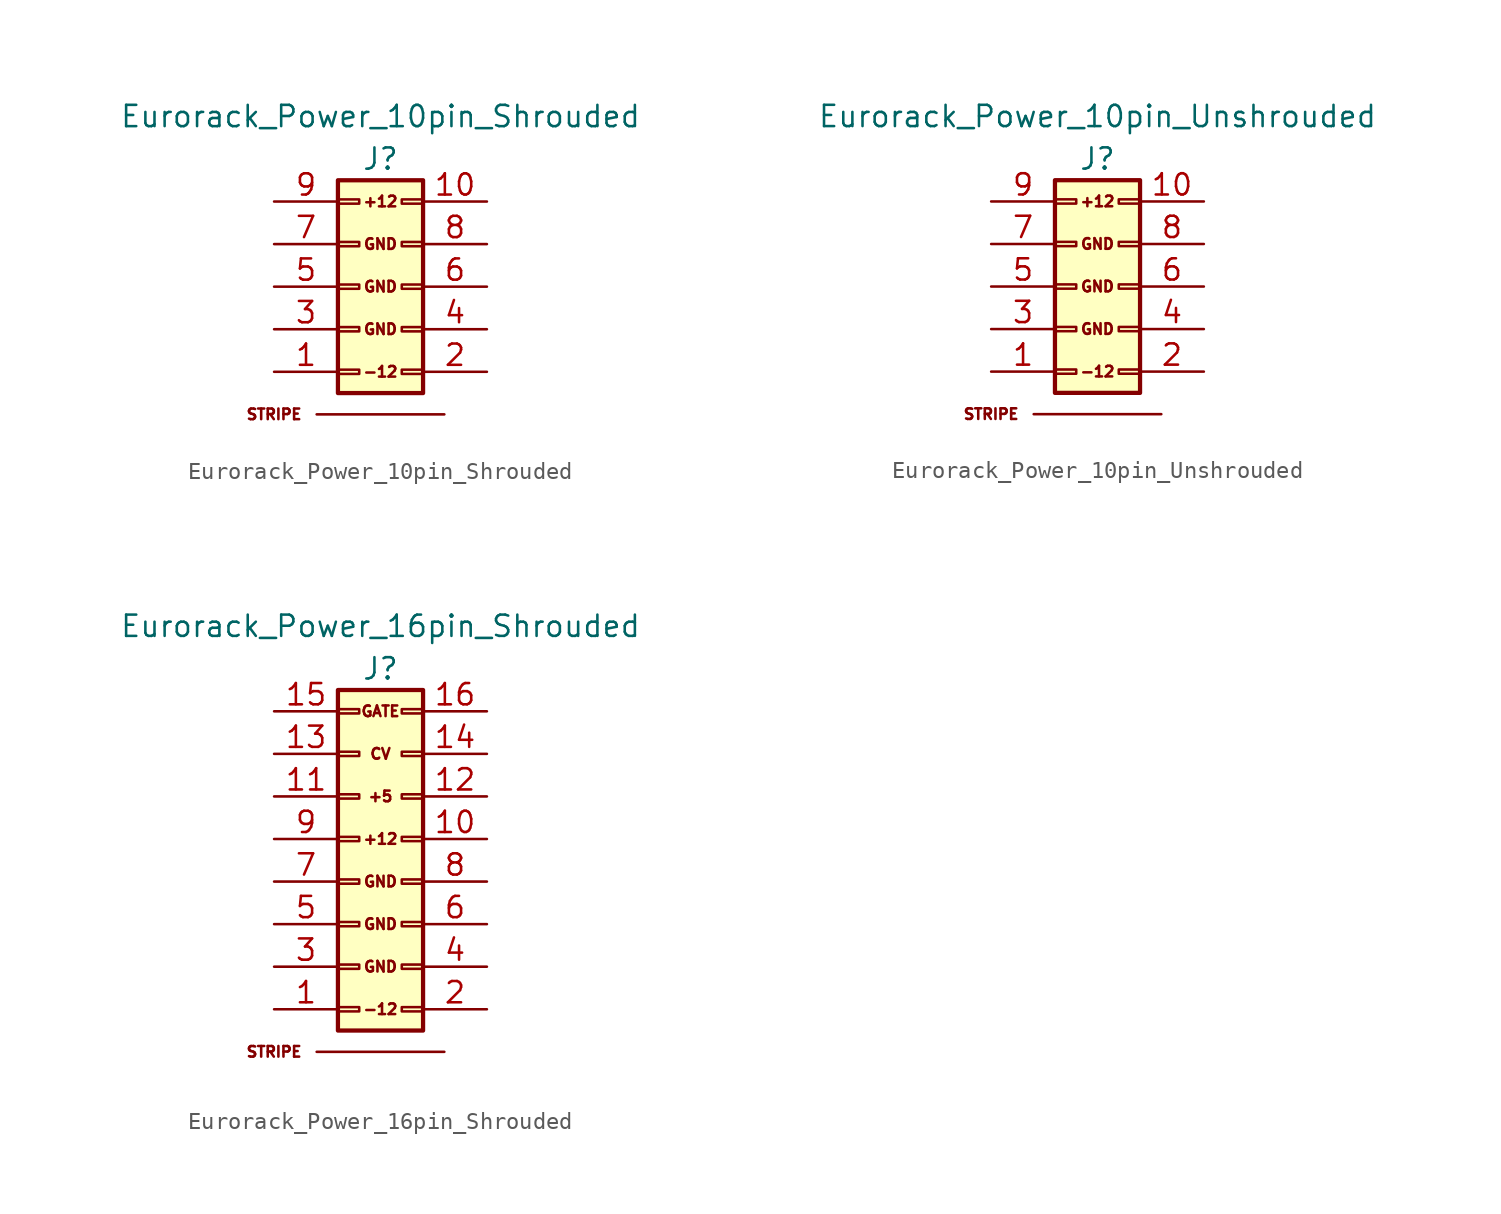
<source format=kicad_sym>
(kicad_symbol_lib
  (version 20241209)
  (generator "kicad_symbol_editor")
  (generator_version "9.0")
  (symbol "Eurorack_Power_10pin_Shrouded"
    (pin_names
      (offset 0.025)
      (hide yes))
    (property "Reference" "J"
      (at 0 7.62 0)
      (effects (font (size 1.27 1.27))))
    (property "Value" "Eurorack_Power_10pin_Shrouded"
      (at 0 10.16 0)
      (effects (font (size 1.27 1.27))))
    (symbol "Eurorack_Power_10pin_Shrouded_0_0"
      (text "STRIPE" (at -6.35 -7.62 0) (effects (font (size 0.635 0.635))))
      (text "+12" (at 0 5.08 0) (effects (font (size 0.635 0.635))))
      (text "GND" (at 0 2.54 0) (effects (font (size 0.635 0.635))))
      (text "GND" (at 0 0 0) (effects (font (size 0.635 0.635))))
      (text "GND" (at 0 -2.54 0) (effects (font (size 0.635 0.635))))
      (text "-12" (at 0 -5.08 0) (effects (font (size 0.635 0.635)))))
    (symbol "Eurorack_Power_10pin_Shrouded_0_1"
      (polyline (pts (xy -3.81 -7.62) (xy 3.81 -7.62) (xy 1.27 -7.62)) (stroke (width 0) (type default)) (fill (type none)))
      (rectangle (start -2.54 5.207) (end -1.27 4.953) (stroke (width 0) (type default)) (fill (type none)))
      (rectangle (start -2.54 2.667) (end -1.27 2.413) (stroke (width 0) (type default)) (fill (type none)))
      (rectangle (start -2.54 0.127) (end -1.27 -0.127) (stroke (width 0) (type default)) (fill (type none)))
      (rectangle (start -2.54 -2.413) (end -1.27 -2.667) (stroke (width 0) (type default)) (fill (type none)))
      (rectangle (start -2.54 -4.953) (end -1.27 -5.207) (stroke (width 0) (type default)) (fill (type none)))
      (rectangle (start -2.54 -6.35) (end 2.54 6.35) (stroke (width 0.254) (type default)) (fill (type background)))
      (rectangle (start 1.27 5.207) (end 2.54 4.953) (stroke (width 0) (type default)) (fill (type none)))
      (rectangle (start 1.27 2.667) (end 2.54 2.413) (stroke (width 0) (type default)) (fill (type none)))
      (rectangle (start 1.27 0.127) (end 2.54 -0.127) (stroke (width 0) (type default)) (fill (type none)))
      (rectangle (start 1.27 -2.413) (end 2.54 -2.667) (stroke (width 0) (type default)) (fill (type none)))
      (rectangle (start 1.27 -4.953) (end 2.54 -5.207) (stroke (width 0) (type default)) (fill (type none))))
    (symbol "Eurorack_Power_10pin_Shrouded_1_1"
      (pin passive line (at -6.35 5.08 0) (length 3.81) (name "+12V" (effects (font (size 1.27 1.27)))) (number "9" (effects (font (size 1.27 1.27)))))
      (pin passive line (at -6.35 2.54 0) (length 3.81) (name "GND" (effects (font (size 1.27 1.27)))) (number "7" (effects (font (size 1.27 1.27)))))
      (pin passive line (at -6.35 0 0) (length 3.81) (name "GND" (effects (font (size 1.27 1.27)))) (number "5" (effects (font (size 1.27 1.27)))))
      (pin passive line (at -6.35 -2.54 0) (length 3.81) (name "GND" (effects (font (size 1.27 1.27)))) (number "3" (effects (font (size 1.27 1.27)))))
      (pin passive line (at -6.35 -5.08 0) (length 3.81) (name "-12V" (effects (font (size 1.27 1.27)))) (number "1" (effects (font (size 1.27 1.27)))))
      (pin passive line (at 6.35 5.08 180) (length 3.81) (name "+12V" (effects (font (size 1.27 1.27)))) (number "10" (effects (font (size 1.27 1.27)))))
      (pin passive line (at 6.35 2.54 180) (length 3.81) (name "GND" (effects (font (size 1.27 1.27)))) (number "8" (effects (font (size 1.27 1.27)))))
      (pin passive line (at 6.35 0 180) (length 3.81) (name "GND" (effects (font (size 1.27 1.27)))) (number "6" (effects (font (size 1.27 1.27)))))
      (pin passive line (at 6.35 -2.54 180) (length 3.81) (name "GND" (effects (font (size 1.27 1.27)))) (number "4" (effects (font (size 1.27 1.27)))))
      (pin passive line (at 6.35 -5.08 180) (length 3.81) (name "-12V" (effects (font (size 1.27 1.27)))) (number "2" (effects (font (size 1.27 1.27)))))))
  (symbol "Eurorack_Power_10pin_Unshrouded"
    (pin_names
      (offset 0.025)
      (hide yes))
    (property "Reference" "J"
      (at 0 7.62 0)
      (effects (font (size 1.27 1.27))))
    (property "Value" "Eurorack_Power_10pin_Unshrouded"
      (at 0 10.16 0)
      (effects (font (size 1.27 1.27))))
    (symbol "Eurorack_Power_10pin_Unshrouded_0_0"
      (text "STRIPE" (at -6.35 -7.62 0) (effects (font (size 0.635 0.635))))
      (text "+12" (at 0 5.08 0) (effects (font (size 0.635 0.635))))
      (text "GND" (at 0 2.54 0) (effects (font (size 0.635 0.635))))
      (text "GND" (at 0 0 0) (effects (font (size 0.635 0.635))))
      (text "GND" (at 0 -2.54 0) (effects (font (size 0.635 0.635))))
      (text "-12" (at 0 -5.08 0) (effects (font (size 0.635 0.635)))))
    (symbol "Eurorack_Power_10pin_Unshrouded_0_1"
      (polyline (pts (xy -3.81 -7.62) (xy 3.81 -7.62) (xy 1.27 -7.62)) (stroke (width 0) (type default)) (fill (type none)))
      (rectangle (start -2.54 5.207) (end -1.27 4.953) (stroke (width 0) (type default)) (fill (type none)))
      (rectangle (start -2.54 2.667) (end -1.27 2.413) (stroke (width 0) (type default)) (fill (type none)))
      (rectangle (start -2.54 0.127) (end -1.27 -0.127) (stroke (width 0) (type default)) (fill (type none)))
      (rectangle (start -2.54 -2.413) (end -1.27 -2.667) (stroke (width 0) (type default)) (fill (type none)))
      (rectangle (start -2.54 -4.953) (end -1.27 -5.207) (stroke (width 0) (type default)) (fill (type none)))
      (rectangle (start -2.54 -6.35) (end 2.54 6.35) (stroke (width 0.254) (type default)) (fill (type background)))
      (rectangle (start 1.27 5.207) (end 2.54 4.953) (stroke (width 0) (type default)) (fill (type none)))
      (rectangle (start 1.27 2.667) (end 2.54 2.413) (stroke (width 0) (type default)) (fill (type none)))
      (rectangle (start 1.27 0.127) (end 2.54 -0.127) (stroke (width 0) (type default)) (fill (type none)))
      (rectangle (start 1.27 -2.413) (end 2.54 -2.667) (stroke (width 0) (type default)) (fill (type none)))
      (rectangle (start 1.27 -4.953) (end 2.54 -5.207) (stroke (width 0) (type default)) (fill (type none))))
    (symbol "Eurorack_Power_10pin_Unshrouded_1_1"
      (pin passive line (at -6.35 5.08 0) (length 3.81) (name "+12V" (effects (font (size 1.27 1.27)))) (number "9" (effects (font (size 1.27 1.27)))))
      (pin passive line (at -6.35 2.54 0) (length 3.81) (name "GND" (effects (font (size 1.27 1.27)))) (number "7" (effects (font (size 1.27 1.27)))))
      (pin passive line (at -6.35 0 0) (length 3.81) (name "GND" (effects (font (size 1.27 1.27)))) (number "5" (effects (font (size 1.27 1.27)))))
      (pin passive line (at -6.35 -2.54 0) (length 3.81) (name "GND" (effects (font (size 1.27 1.27)))) (number "3" (effects (font (size 1.27 1.27)))))
      (pin passive line (at -6.35 -5.08 0) (length 3.81) (name "-12V" (effects (font (size 1.27 1.27)))) (number "1" (effects (font (size 1.27 1.27)))))
      (pin passive line (at 6.35 5.08 180) (length 3.81) (name "+12V" (effects (font (size 1.27 1.27)))) (number "10" (effects (font (size 1.27 1.27)))))
      (pin passive line (at 6.35 2.54 180) (length 3.81) (name "GND" (effects (font (size 1.27 1.27)))) (number "8" (effects (font (size 1.27 1.27)))))
      (pin passive line (at 6.35 0 180) (length 3.81) (name "GND" (effects (font (size 1.27 1.27)))) (number "6" (effects (font (size 1.27 1.27)))))
      (pin passive line (at 6.35 -2.54 180) (length 3.81) (name "GND" (effects (font (size 1.27 1.27)))) (number "4" (effects (font (size 1.27 1.27)))))
      (pin passive line (at 6.35 -5.08 180) (length 3.81) (name "-12V" (effects (font (size 1.27 1.27)))) (number "2" (effects (font (size 1.27 1.27)))))))
  (symbol "Eurorack_Power_16pin_Shrouded"
    (pin_names
      (offset 0.025)
      (hide yes))
    (property "Reference" "J"
      (at 0 11.43 0)
      (effects (font (size 1.27 1.27))))
    (property "Value" "Eurorack_Power_16pin_Shrouded"
      (at 0 13.97 0)
      (effects (font (size 1.27 1.27))))
    (symbol "Eurorack_Power_16pin_Shrouded_0_0"
      (text "STRIPE" (at -6.35 -11.43 0) (effects (font (size 0.635 0.635))))
      (text "GATE" (at 0 8.89 0) (effects (font (size 0.635 0.635))))
      (text "CV" (at 0 6.35 0) (effects (font (size 0.635 0.635))))
      (text "+5" (at 0 3.81 0) (effects (font (size 0.635 0.635))))
      (text "+12" (at 0 1.27 0) (effects (font (size 0.635 0.635))))
      (text "GND" (at 0 -1.27 0) (effects (font (size 0.635 0.635))))
      (text "GND" (at 0 -3.81 0) (effects (font (size 0.635 0.635))))
      (text "GND" (at 0 -6.35 0) (effects (font (size 0.635 0.635))))
      (text "-12" (at 0 -8.89 0) (effects (font (size 0.635 0.635)))))
    (symbol "Eurorack_Power_16pin_Shrouded_0_1"
      (polyline (pts (xy -3.81 -11.43) (xy 3.81 -11.43) (xy 1.27 -11.43)) (stroke (width 0) (type default)) (fill (type none)))
      (rectangle (start -2.54 10.16) (end 2.54 -10.16) (stroke (width 0.254) (type default)) (fill (type background)))
      (rectangle (start -2.54 9.017) (end -1.27 8.763) (stroke (width 0) (type default)) (fill (type none)))
      (rectangle (start -2.54 6.477) (end -1.27 6.223) (stroke (width 0) (type default)) (fill (type none)))
      (rectangle (start -2.54 3.937) (end -1.27 3.683) (stroke (width 0) (type default)) (fill (type none)))
      (rectangle (start -2.54 1.397) (end -1.27 1.143) (stroke (width 0) (type default)) (fill (type none)))
      (rectangle (start -2.54 -1.143) (end -1.27 -1.397) (stroke (width 0) (type default)) (fill (type none)))
      (rectangle (start -2.54 -3.683) (end -1.27 -3.937) (stroke (width 0) (type default)) (fill (type none)))
      (rectangle (start -2.54 -6.223) (end -1.27 -6.477) (stroke (width 0) (type default)) (fill (type none)))
      (rectangle (start -2.54 -8.763) (end -1.27 -9.017) (stroke (width 0) (type default)) (fill (type none)))
      (rectangle (start 1.27 9.017) (end 2.54 8.763) (stroke (width 0) (type default)) (fill (type none)))
      (rectangle (start 1.27 6.477) (end 2.54 6.223) (stroke (width 0) (type default)) (fill (type none)))
      (rectangle (start 1.27 3.937) (end 2.54 3.683) (stroke (width 0) (type default)) (fill (type none)))
      (rectangle (start 1.27 1.397) (end 2.54 1.143) (stroke (width 0) (type default)) (fill (type none)))
      (rectangle (start 1.27 -1.143) (end 2.54 -1.397) (stroke (width 0) (type default)) (fill (type none)))
      (rectangle (start 1.27 -3.683) (end 2.54 -3.937) (stroke (width 0) (type default)) (fill (type none)))
      (rectangle (start 1.27 -6.223) (end 2.54 -6.477) (stroke (width 0) (type default)) (fill (type none)))
      (rectangle (start 1.27 -8.763) (end 2.54 -9.017) (stroke (width 0) (type default)) (fill (type none))))
    (symbol "Eurorack_Power_16pin_Shrouded_1_1"
      (pin passive line (at -6.35 8.89 0) (length 3.81) (name "GATE" (effects (font (size 1.27 1.27)))) (number "15" (effects (font (size 1.27 1.27)))))
      (pin passive line (at -6.35 6.35 0) (length 3.81) (name "CV" (effects (font (size 1.27 1.27)))) (number "13" (effects (font (size 1.27 1.27)))))
      (pin passive line (at -6.35 3.81 0) (length 3.81) (name "5V" (effects (font (size 1.27 1.27)))) (number "11" (effects (font (size 1.27 1.27)))))
      (pin passive line (at -6.35 1.27 0) (length 3.81) (name "+12V" (effects (font (size 1.27 1.27)))) (number "9" (effects (font (size 1.27 1.27)))))
      (pin passive line (at -6.35 -1.27 0) (length 3.81) (name "GND" (effects (font (size 1.27 1.27)))) (number "7" (effects (font (size 1.27 1.27)))))
      (pin passive line (at -6.35 -3.81 0) (length 3.81) (name "GND" (effects (font (size 1.27 1.27)))) (number "5" (effects (font (size 1.27 1.27)))))
      (pin passive line (at -6.35 -6.35 0) (length 3.81) (name "GND" (effects (font (size 1.27 1.27)))) (number "3" (effects (font (size 1.27 1.27)))))
      (pin passive line (at -6.35 -8.89 0) (length 3.81) (name "-12V" (effects (font (size 1.27 1.27)))) (number "1" (effects (font (size 1.27 1.27)))))
      (pin passive line (at 6.35 8.89 180) (length 3.81) (name "GATE" (effects (font (size 1.27 1.27)))) (number "16" (effects (font (size 1.27 1.27)))))
      (pin passive line (at 6.35 6.35 180) (length 3.81) (name "CV" (effects (font (size 1.27 1.27)))) (number "14" (effects (font (size 1.27 1.27)))))
      (pin passive line (at 6.35 3.81 180) (length 3.81) (name "5V" (effects (font (size 1.27 1.27)))) (number "12" (effects (font (size 1.27 1.27)))))
      (pin passive line (at 6.35 1.27 180) (length 3.81) (name "+12V" (effects (font (size 1.27 1.27)))) (number "10" (effects (font (size 1.27 1.27)))))
      (pin passive line (at 6.35 -1.27 180) (length 3.81) (name "GND" (effects (font (size 1.27 1.27)))) (number "8" (effects (font (size 1.27 1.27)))))
      (pin passive line (at 6.35 -3.81 180) (length 3.81) (name "GND" (effects (font (size 1.27 1.27)))) (number "6" (effects (font (size 1.27 1.27)))))
      (pin passive line (at 6.35 -6.35 180) (length 3.81) (name "GND" (effects (font (size 1.27 1.27)))) (number "4" (effects (font (size 1.27 1.27)))))
      (pin passive line (at 6.35 -8.89 180) (length 3.81) (name "-12V" (effects (font (size 1.27 1.27)))) (number "2" (effects (font (size 1.27 1.27))))))))
</source>
